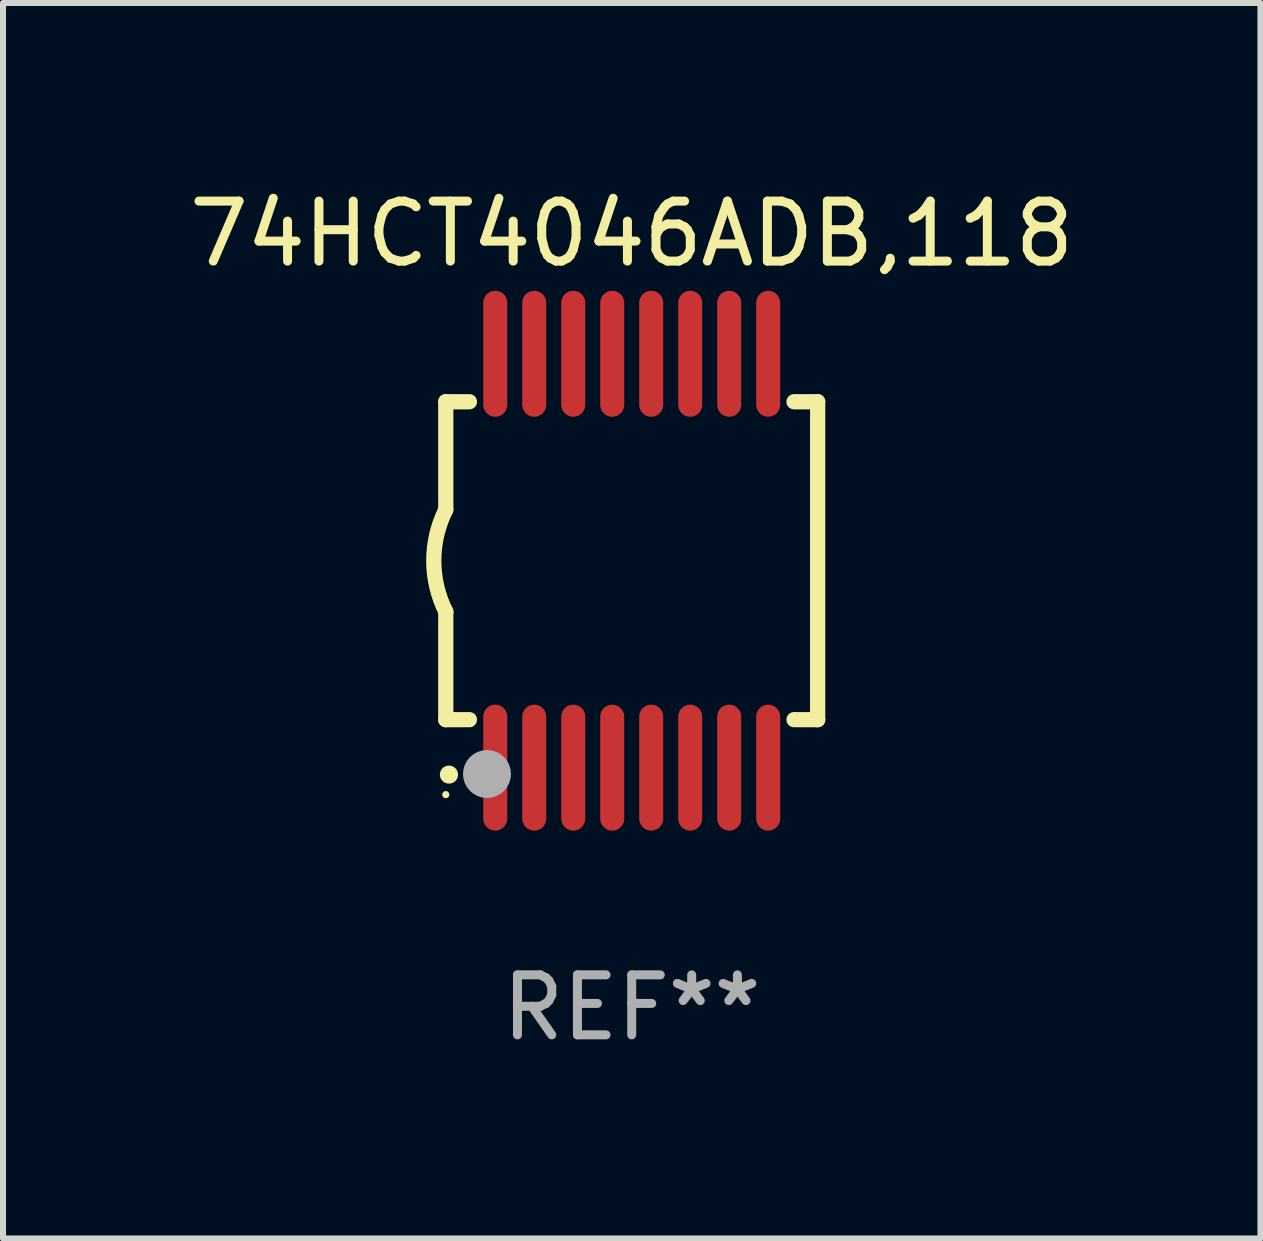
<source format=kicad_pcb>
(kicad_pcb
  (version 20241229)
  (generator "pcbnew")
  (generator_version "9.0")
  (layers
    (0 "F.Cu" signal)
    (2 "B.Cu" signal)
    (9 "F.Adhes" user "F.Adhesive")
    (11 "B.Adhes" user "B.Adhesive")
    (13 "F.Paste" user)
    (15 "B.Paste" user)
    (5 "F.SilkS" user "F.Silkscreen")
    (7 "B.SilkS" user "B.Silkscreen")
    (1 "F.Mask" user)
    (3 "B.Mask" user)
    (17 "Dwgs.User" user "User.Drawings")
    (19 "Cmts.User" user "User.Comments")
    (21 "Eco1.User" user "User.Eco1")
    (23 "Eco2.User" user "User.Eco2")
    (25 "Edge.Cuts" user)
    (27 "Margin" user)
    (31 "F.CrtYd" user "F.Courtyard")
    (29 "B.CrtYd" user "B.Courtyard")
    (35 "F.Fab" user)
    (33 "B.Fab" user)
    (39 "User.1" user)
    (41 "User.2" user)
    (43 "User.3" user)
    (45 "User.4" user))
  (footprint "74HCT4046ADB,118"
    (layer "F.Cu")
    (at 7.482 6.298)
    (property "Reference" "74HCT4046ADB,118" (at 0 -5.45 0) (layer "F.SilkS") (effects (font (size 1 1) (thickness 0.15))))
    (attr through_hole)
    (fp_line (start -3.1 -2.65) (end -3.1 -0.85) (stroke (width 0.254) (type solid)) (layer "F.SilkS"))
    (fp_line (start -3.1 -2.65) (end -2.706 -2.65) (stroke (width 0.254) (type solid)) (layer "F.SilkS"))
    (fp_line (start -3.1 2.65) (end -3.1 0.85) (stroke (width 0.254) (type solid)) (layer "F.SilkS"))
    (fp_line (start -3.1 2.65) (end -2.706 2.65) (stroke (width 0.254) (type solid)) (layer "F.SilkS"))
    (fp_line (start 2.706 -2.65) (end 3.1 -2.65) (stroke (width 0.254) (type solid)) (layer "F.SilkS"))
    (fp_line (start 2.706 2.65) (end 3.1 2.65) (stroke (width 0.254) (type solid)) (layer "F.SilkS"))
    (fp_line (start 3.1 -2.65) (end 3.1 2.65) (stroke (width 0.254) (type solid)) (layer "F.SilkS"))
    (fp_arc (start -3.098907 0.850902) (mid -3.300057 0.000523) (end -3.1 -0.850114) (stroke (width 0.254001) (type solid)) (layer "F.SilkS"))
    (fp_arc (start -3.048006 3.566066) (mid -3.046736 3.566061) (end -3.045466 3.566066) (stroke (width 0.3) (type solid)) (layer "F.SilkS"))
    (fp_circle (center -3.1 3.9) (end -3.07 3.9) (stroke (width 0.06) (type solid)) (fill no) (layer "F.SilkS"))
    (fp_circle (center -2.413 3.556) (end -2.213 3.556) (stroke (width 0.4) (type solid)) (fill no) (layer "F.Fab"))
    (fp_text user "REF**" (at 0 7.45 0) (layer "F.Fab") (effects (font (size 1 1) (thickness 0.15))))
    (pad "1" smd oval (at -2.275 3.45 180) (size 0.4 2.1) (layers "F.Cu" "F.Mask" "F.Paste"))
    (pad "2" smd oval (at -1.625 3.45 180) (size 0.4 2.1) (layers "F.Cu" "F.Mask" "F.Paste"))
    (pad "3" smd oval (at -0.975 3.45 180) (size 0.4 2.1) (layers "F.Cu" "F.Mask" "F.Paste"))
    (pad "4" smd oval (at -0.325 3.45 180) (size 0.4 2.1) (layers "F.Cu" "F.Mask" "F.Paste"))
    (pad "5" smd oval (at 0.325 3.45 180) (size 0.4 2.1) (layers "F.Cu" "F.Mask" "F.Paste"))
    (pad "6" smd oval (at 0.975 3.45 180) (size 0.4 2.1) (layers "F.Cu" "F.Mask" "F.Paste"))
    (pad "7" smd oval (at 1.625 3.45 180) (size 0.4 2.1) (layers "F.Cu" "F.Mask" "F.Paste"))
    (pad "8" smd oval (at 2.275 3.45 180) (size 0.4 2.1) (layers "F.Cu" "F.Mask" "F.Paste"))
    (pad "9" smd oval (at 2.275 -3.45 180) (size 0.4 2.1) (layers "F.Cu" "F.Mask" "F.Paste"))
    (pad "10" smd oval (at 1.625 -3.45 180) (size 0.4 2.1) (layers "F.Cu" "F.Mask" "F.Paste"))
    (pad "11" smd oval (at 0.975 -3.45 180) (size 0.4 2.1) (layers "F.Cu" "F.Mask" "F.Paste"))
    (pad "12" smd oval (at 0.325 -3.45 180) (size 0.4 2.1) (layers "F.Cu" "F.Mask" "F.Paste"))
    (pad "13" smd oval (at -0.325 -3.45 180) (size 0.4 2.1) (layers "F.Cu" "F.Mask" "F.Paste"))
    (pad "14" smd oval (at -0.975 -3.45 180) (size 0.4 2.1) (layers "F.Cu" "F.Mask" "F.Paste"))
    (pad "15" smd oval (at -1.625 -3.45 180) (size 0.4 2.1) (layers "F.Cu" "F.Mask" "F.Paste"))
    (pad "16" smd oval (at -2.275 -3.45 180) (size 0.4 2.1) (layers "F.Cu" "F.Mask" "F.Paste")))
  (gr_rect
    (start -3 -3)
    (end 17.964 17.597)
    (stroke (width 0.1) (type default))
    (fill no)
    (layer "Edge.Cuts")))
</source>
